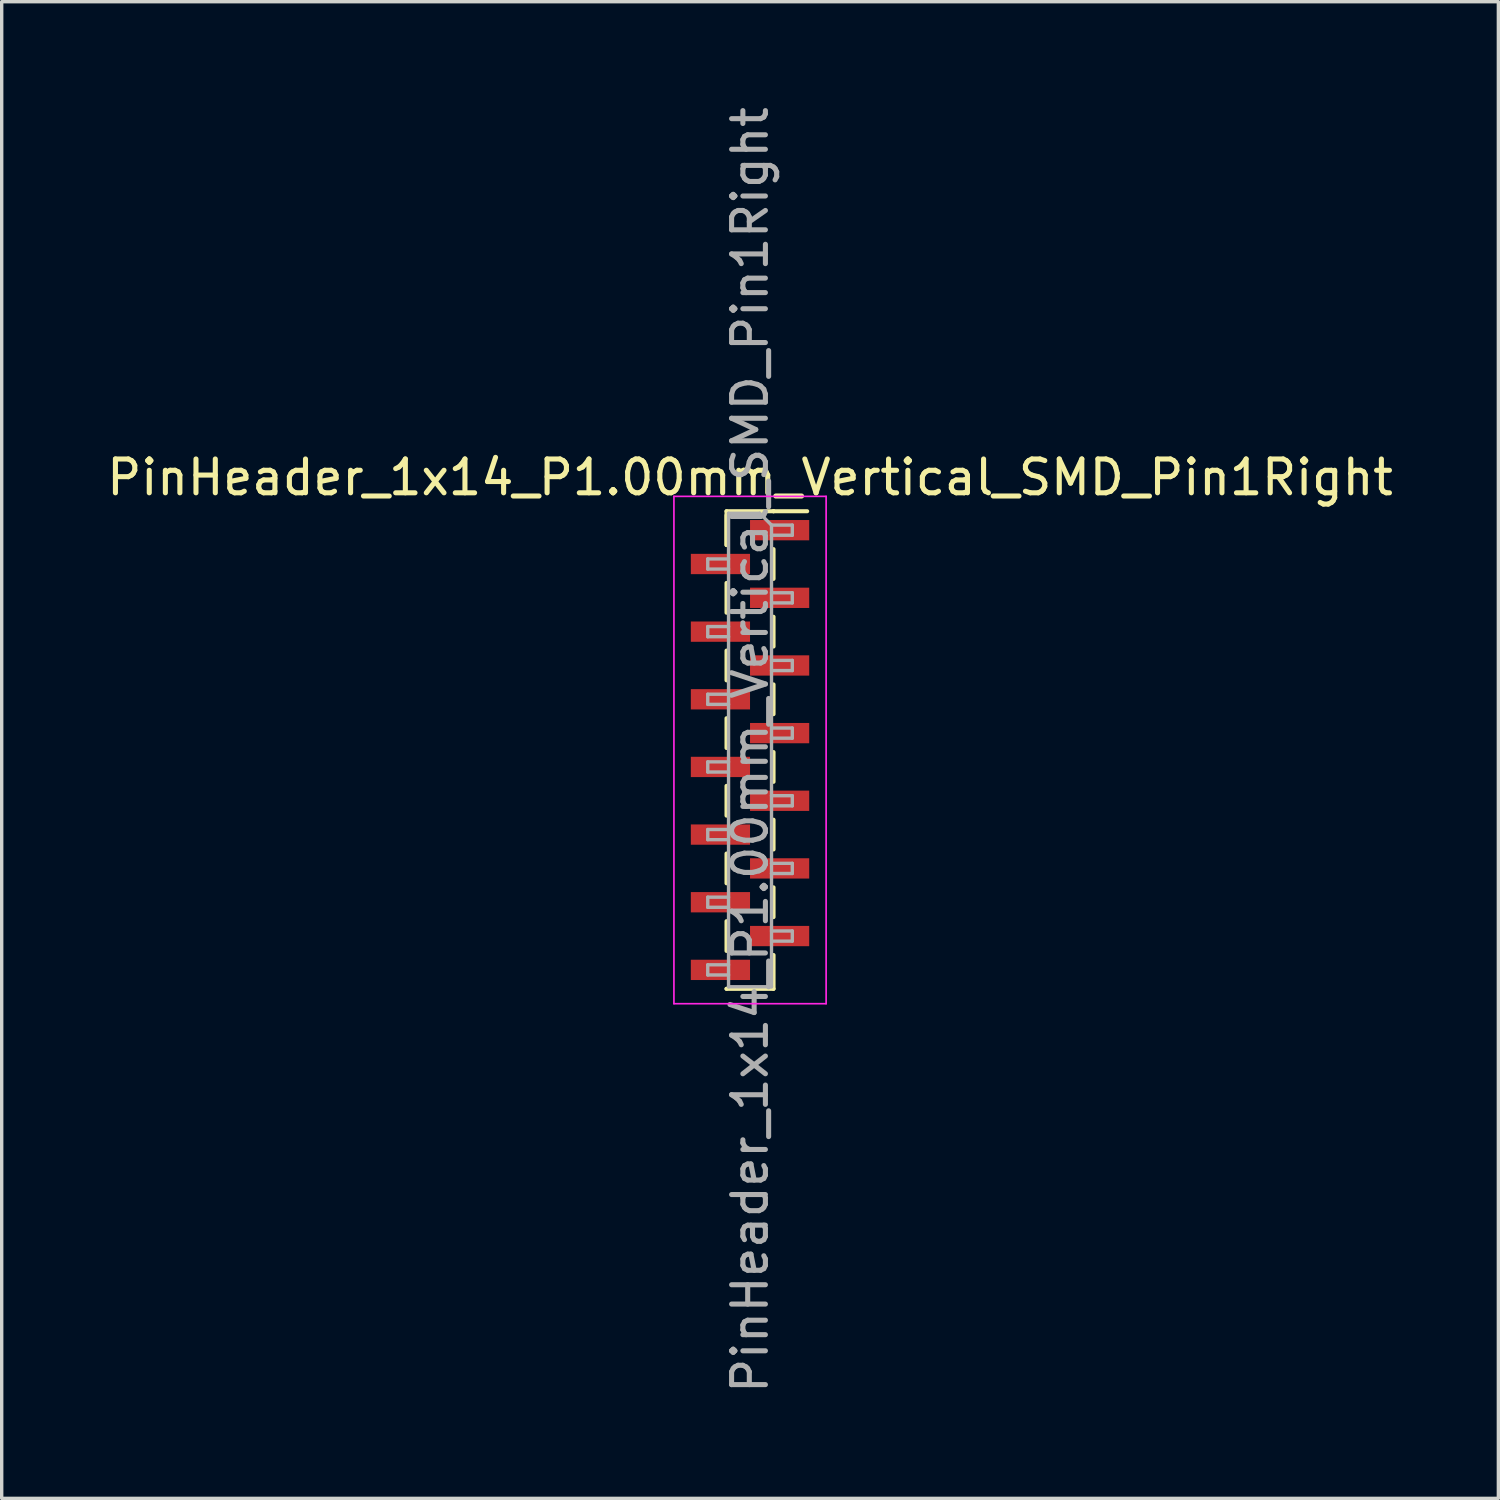
<source format=kicad_pcb>
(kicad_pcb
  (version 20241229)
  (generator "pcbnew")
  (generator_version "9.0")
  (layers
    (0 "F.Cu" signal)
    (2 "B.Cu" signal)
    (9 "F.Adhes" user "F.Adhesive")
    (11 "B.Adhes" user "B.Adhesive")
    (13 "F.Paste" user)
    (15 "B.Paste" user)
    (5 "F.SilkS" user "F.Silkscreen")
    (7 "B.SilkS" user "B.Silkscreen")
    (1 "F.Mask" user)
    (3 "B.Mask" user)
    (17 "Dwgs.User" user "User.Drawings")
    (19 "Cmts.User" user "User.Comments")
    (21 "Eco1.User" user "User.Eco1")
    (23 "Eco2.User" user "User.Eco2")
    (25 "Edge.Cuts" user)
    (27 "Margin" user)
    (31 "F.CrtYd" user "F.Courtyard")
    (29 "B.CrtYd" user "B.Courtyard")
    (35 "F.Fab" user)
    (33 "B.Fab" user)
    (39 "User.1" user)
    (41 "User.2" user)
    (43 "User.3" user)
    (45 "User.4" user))
  (footprint "PinHeader_1x14_P1.00mm_Vertical_SMD_Pin1Right"
    (layer "F.Cu")
    (at 19.125 19.125)
    (property "Reference" "PinHeader_1x14_P1.00mm_Vertical_SMD_Pin1Right" (at 0 -8.06 0) (layer "F.SilkS") (effects (font (size 1 1) (thickness 0.15))))
    (attr smd)
    (fp_line (start -0.695 -7.06) (end -0.695 -6.06) (stroke (width 0.12) (type solid)) (layer "F.SilkS"))
    (fp_line (start -0.695 -7.06) (end 0.695 -7.06) (stroke (width 0.12) (type solid)) (layer "F.SilkS"))
    (fp_line (start -0.695 -6.94) (end -0.695 -6.06) (stroke (width 0.12) (type solid)) (layer "F.SilkS"))
    (fp_line (start -0.695 -4.94) (end -0.695 -4.06) (stroke (width 0.12) (type solid)) (layer "F.SilkS"))
    (fp_line (start -0.695 -2.94) (end -0.695 -2.06) (stroke (width 0.12) (type solid)) (layer "F.SilkS"))
    (fp_line (start -0.695 -0.94) (end -0.695 -0.06) (stroke (width 0.12) (type solid)) (layer "F.SilkS"))
    (fp_line (start -0.695 1.06) (end -0.695 1.94) (stroke (width 0.12) (type solid)) (layer "F.SilkS"))
    (fp_line (start -0.695 3.06) (end -0.695 3.94) (stroke (width 0.12) (type solid)) (layer "F.SilkS"))
    (fp_line (start -0.695 5.06) (end -0.695 5.94) (stroke (width 0.12) (type solid)) (layer "F.SilkS"))
    (fp_line (start -0.695 7.06) (end -0.695 7.06) (stroke (width 0.12) (type solid)) (layer "F.SilkS"))
    (fp_line (start -0.695 7.06) (end 0.695 7.06) (stroke (width 0.12) (type solid)) (layer "F.SilkS"))
    (fp_line (start 0.695 -7.06) (end 0.695 -7.06) (stroke (width 0.12) (type solid)) (layer "F.SilkS"))
    (fp_line (start 0.695 -7.06) (end 1.69 -7.06) (stroke (width 0.12) (type solid)) (layer "F.SilkS"))
    (fp_line (start 0.695 -5.94) (end 0.695 -5.06) (stroke (width 0.12) (type solid)) (layer "F.SilkS"))
    (fp_line (start 0.695 -3.94) (end 0.695 -3.06) (stroke (width 0.12) (type solid)) (layer "F.SilkS"))
    (fp_line (start 0.695 -1.94) (end 0.695 -1.06) (stroke (width 0.12) (type solid)) (layer "F.SilkS"))
    (fp_line (start 0.695 0.06) (end 0.695 0.94) (stroke (width 0.12) (type solid)) (layer "F.SilkS"))
    (fp_line (start 0.695 2.06) (end 0.695 2.94) (stroke (width 0.12) (type solid)) (layer "F.SilkS"))
    (fp_line (start 0.695 4.06) (end 0.695 4.94) (stroke (width 0.12) (type solid)) (layer "F.SilkS"))
    (fp_line (start 0.695 6.06) (end 0.695 7.06) (stroke (width 0.12) (type solid)) (layer "F.SilkS"))
    (fp_line (start -2.25 -7.5) (end -2.25 7.5) (stroke (width 0.05) (type solid)) (layer "F.CrtYd"))
    (fp_line (start -2.25 7.5) (end 2.25 7.5) (stroke (width 0.05) (type solid)) (layer "F.CrtYd"))
    (fp_line (start 2.25 -7.5) (end -2.25 -7.5) (stroke (width 0.05) (type solid)) (layer "F.CrtYd"))
    (fp_line (start 2.25 7.5) (end 2.25 -7.5) (stroke (width 0.05) (type solid)) (layer "F.CrtYd"))
    (fp_line (start -1.25 -5.65) (end -1.25 -5.35) (stroke (width 0.1) (type solid)) (layer "F.Fab"))
    (fp_line (start -1.25 -5.35) (end -0.635 -5.35) (stroke (width 0.1) (type solid)) (layer "F.Fab"))
    (fp_line (start -1.25 -3.65) (end -1.25 -3.35) (stroke (width 0.1) (type solid)) (layer "F.Fab"))
    (fp_line (start -1.25 -3.35) (end -0.635 -3.35) (stroke (width 0.1) (type solid)) (layer "F.Fab"))
    (fp_line (start -1.25 -1.65) (end -1.25 -1.35) (stroke (width 0.1) (type solid)) (layer "F.Fab"))
    (fp_line (start -1.25 -1.35) (end -0.635 -1.35) (stroke (width 0.1) (type solid)) (layer "F.Fab"))
    (fp_line (start -1.25 0.35) (end -1.25 0.65) (stroke (width 0.1) (type solid)) (layer "F.Fab"))
    (fp_line (start -1.25 0.65) (end -0.635 0.65) (stroke (width 0.1) (type solid)) (layer "F.Fab"))
    (fp_line (start -1.25 2.35) (end -1.25 2.65) (stroke (width 0.1) (type solid)) (layer "F.Fab"))
    (fp_line (start -1.25 2.65) (end -0.635 2.65) (stroke (width 0.1) (type solid)) (layer "F.Fab"))
    (fp_line (start -1.25 4.35) (end -1.25 4.65) (stroke (width 0.1) (type solid)) (layer "F.Fab"))
    (fp_line (start -1.25 4.65) (end -0.635 4.65) (stroke (width 0.1) (type solid)) (layer "F.Fab"))
    (fp_line (start -1.25 6.35) (end -1.25 6.65) (stroke (width 0.1) (type solid)) (layer "F.Fab"))
    (fp_line (start -1.25 6.65) (end -0.635 6.65) (stroke (width 0.1) (type solid)) (layer "F.Fab"))
    (fp_line (start -0.635 -7) (end -0.635 7) (stroke (width 0.1) (type solid)) (layer "F.Fab"))
    (fp_line (start -0.635 -7) (end 0.285 -7) (stroke (width 0.1) (type solid)) (layer "F.Fab"))
    (fp_line (start -0.635 -5.65) (end -1.25 -5.65) (stroke (width 0.1) (type solid)) (layer "F.Fab"))
    (fp_line (start -0.635 -3.65) (end -1.25 -3.65) (stroke (width 0.1) (type solid)) (layer "F.Fab"))
    (fp_line (start -0.635 -1.65) (end -1.25 -1.65) (stroke (width 0.1) (type solid)) (layer "F.Fab"))
    (fp_line (start -0.635 0.35) (end -1.25 0.35) (stroke (width 0.1) (type solid)) (layer "F.Fab"))
    (fp_line (start -0.635 2.35) (end -1.25 2.35) (stroke (width 0.1) (type solid)) (layer "F.Fab"))
    (fp_line (start -0.635 4.35) (end -1.25 4.35) (stroke (width 0.1) (type solid)) (layer "F.Fab"))
    (fp_line (start -0.635 6.35) (end -1.25 6.35) (stroke (width 0.1) (type solid)) (layer "F.Fab"))
    (fp_line (start 0.635 -6.65) (end 0.285 -7) (stroke (width 0.1) (type solid)) (layer "F.Fab"))
    (fp_line (start 0.635 -6.65) (end 1.25 -6.65) (stroke (width 0.1) (type solid)) (layer "F.Fab"))
    (fp_line (start 0.635 -4.65) (end 1.25 -4.65) (stroke (width 0.1) (type solid)) (layer "F.Fab"))
    (fp_line (start 0.635 -2.65) (end 1.25 -2.65) (stroke (width 0.1) (type solid)) (layer "F.Fab"))
    (fp_line (start 0.635 -0.65) (end 1.25 -0.65) (stroke (width 0.1) (type solid)) (layer "F.Fab"))
    (fp_line (start 0.635 1.35) (end 1.25 1.35) (stroke (width 0.1) (type solid)) (layer "F.Fab"))
    (fp_line (start 0.635 3.35) (end 1.25 3.35) (stroke (width 0.1) (type solid)) (layer "F.Fab"))
    (fp_line (start 0.635 5.35) (end 1.25 5.35) (stroke (width 0.1) (type solid)) (layer "F.Fab"))
    (fp_line (start 0.635 7) (end -0.635 7) (stroke (width 0.1) (type solid)) (layer "F.Fab"))
    (fp_line (start 0.635 7) (end 0.635 -6.65) (stroke (width 0.1) (type solid)) (layer "F.Fab"))
    (fp_line (start 1.25 -6.65) (end 1.25 -6.35) (stroke (width 0.1) (type solid)) (layer "F.Fab"))
    (fp_line (start 1.25 -6.35) (end 0.635 -6.35) (stroke (width 0.1) (type solid)) (layer "F.Fab"))
    (fp_line (start 1.25 -4.65) (end 1.25 -4.35) (stroke (width 0.1) (type solid)) (layer "F.Fab"))
    (fp_line (start 1.25 -4.35) (end 0.635 -4.35) (stroke (width 0.1) (type solid)) (layer "F.Fab"))
    (fp_line (start 1.25 -2.65) (end 1.25 -2.35) (stroke (width 0.1) (type solid)) (layer "F.Fab"))
    (fp_line (start 1.25 -2.35) (end 0.635 -2.35) (stroke (width 0.1) (type solid)) (layer "F.Fab"))
    (fp_line (start 1.25 -0.65) (end 1.25 -0.35) (stroke (width 0.1) (type solid)) (layer "F.Fab"))
    (fp_line (start 1.25 -0.35) (end 0.635 -0.35) (stroke (width 0.1) (type solid)) (layer "F.Fab"))
    (fp_line (start 1.25 1.35) (end 1.25 1.65) (stroke (width 0.1) (type solid)) (layer "F.Fab"))
    (fp_line (start 1.25 1.65) (end 0.635 1.65) (stroke (width 0.1) (type solid)) (layer "F.Fab"))
    (fp_line (start 1.25 3.35) (end 1.25 3.65) (stroke (width 0.1) (type solid)) (layer "F.Fab"))
    (fp_line (start 1.25 3.65) (end 0.635 3.65) (stroke (width 0.1) (type solid)) (layer "F.Fab"))
    (fp_line (start 1.25 5.35) (end 1.25 5.65) (stroke (width 0.1) (type solid)) (layer "F.Fab"))
    (fp_line (start 1.25 5.65) (end 0.635 5.65) (stroke (width 0.1) (type solid)) (layer "F.Fab"))
    (fp_text user "${REFERENCE}" (at 0 0 90) (layer "F.Fab") (effects (font (size 1 1) (thickness 0.15))))
    (pad "1" smd rect (at 0.875 -6.5) (size 1.75 0.6) (layers "F.Cu" "F.Mask" "F.Paste"))
    (pad "2" smd rect (at -0.875 -5.5) (size 1.75 0.6) (layers "F.Cu" "F.Mask" "F.Paste"))
    (pad "3" smd rect (at 0.875 -4.5) (size 1.75 0.6) (layers "F.Cu" "F.Mask" "F.Paste"))
    (pad "4" smd rect (at -0.875 -3.5) (size 1.75 0.6) (layers "F.Cu" "F.Mask" "F.Paste"))
    (pad "5" smd rect (at 0.875 -2.5) (size 1.75 0.6) (layers "F.Cu" "F.Mask" "F.Paste"))
    (pad "6" smd rect (at -0.875 -1.5) (size 1.75 0.6) (layers "F.Cu" "F.Mask" "F.Paste"))
    (pad "7" smd rect (at 0.875 -0.5) (size 1.75 0.6) (layers "F.Cu" "F.Mask" "F.Paste"))
    (pad "8" smd rect (at -0.875 0.5) (size 1.75 0.6) (layers "F.Cu" "F.Mask" "F.Paste"))
    (pad "9" smd rect (at 0.875 1.5) (size 1.75 0.6) (layers "F.Cu" "F.Mask" "F.Paste"))
    (pad "10" smd rect (at -0.875 2.5) (size 1.75 0.6) (layers "F.Cu" "F.Mask" "F.Paste"))
    (pad "11" smd rect (at 0.875 3.5) (size 1.75 0.6) (layers "F.Cu" "F.Mask" "F.Paste"))
    (pad "12" smd rect (at -0.875 4.5) (size 1.75 0.6) (layers "F.Cu" "F.Mask" "F.Paste"))
    (pad "13" smd rect (at 0.875 5.5) (size 1.75 0.6) (layers "F.Cu" "F.Mask" "F.Paste"))
    (pad "14" smd rect (at -0.875 6.5) (size 1.75 0.6) (layers "F.Cu" "F.Mask" "F.Paste")))
  (gr_rect
    (start -3 -3)
    (end 41.25 41.25)
    (stroke (width 0.1) (type default))
    (fill no)
    (layer "Edge.Cuts")))
</source>
